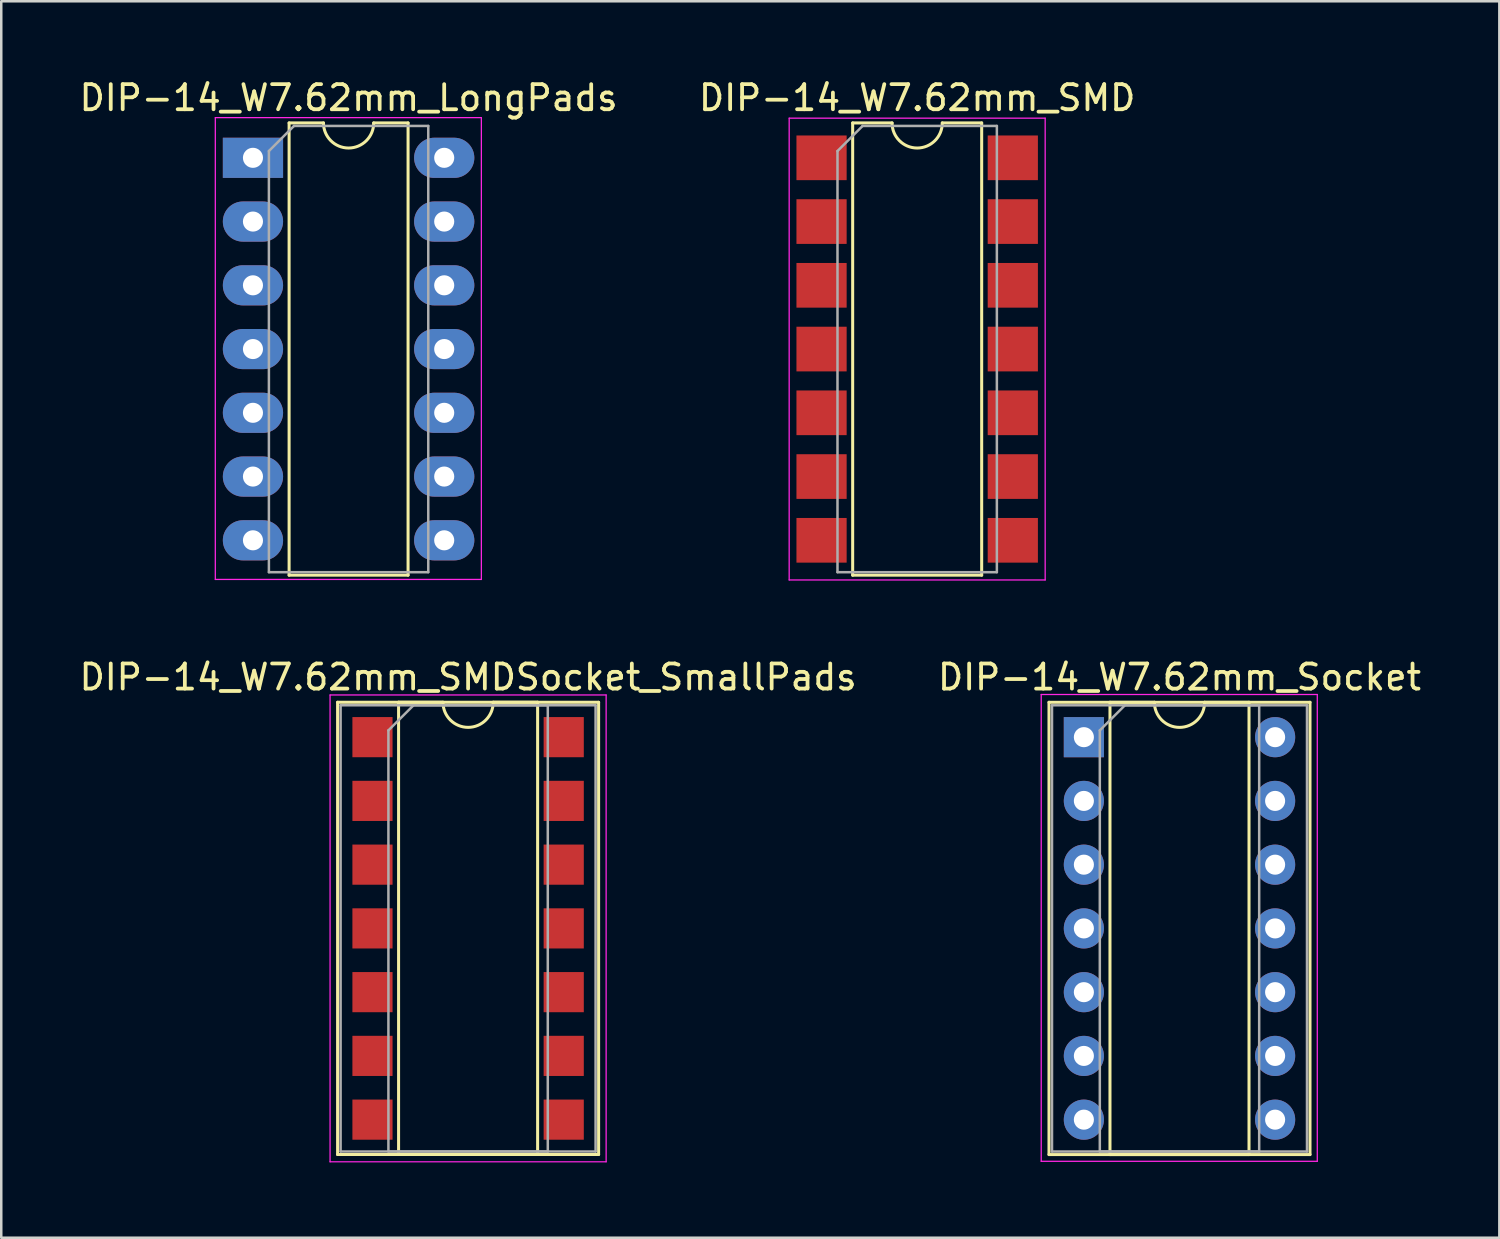
<source format=kicad_pcb>
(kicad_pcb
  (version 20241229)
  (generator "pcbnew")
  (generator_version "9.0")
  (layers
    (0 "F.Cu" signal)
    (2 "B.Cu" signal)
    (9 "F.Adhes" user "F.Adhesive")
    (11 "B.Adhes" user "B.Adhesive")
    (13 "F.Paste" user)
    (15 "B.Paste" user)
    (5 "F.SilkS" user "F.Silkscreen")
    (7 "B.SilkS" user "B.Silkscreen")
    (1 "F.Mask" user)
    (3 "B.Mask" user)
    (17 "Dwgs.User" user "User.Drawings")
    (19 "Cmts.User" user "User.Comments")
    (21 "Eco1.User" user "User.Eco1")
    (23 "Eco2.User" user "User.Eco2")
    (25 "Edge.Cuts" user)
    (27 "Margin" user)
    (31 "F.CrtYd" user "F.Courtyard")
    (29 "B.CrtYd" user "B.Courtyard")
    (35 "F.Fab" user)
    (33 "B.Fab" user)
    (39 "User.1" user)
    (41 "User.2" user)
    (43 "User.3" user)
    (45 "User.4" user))
  (footprint "DIP-14_W7.62mm_Socket"
    (layer "F.Cu")
    (at 40.136 26.322)
    (property "Reference" "DIP-14_W7.62mm_Socket" (at 3.81 -2.39 0) (layer "F.SilkS") (effects (font (size 1 1) (thickness 0.15))))
    (attr through_hole)
    (fp_line (start -1.39 -1.39) (end -1.39 16.63) (stroke (width 0.12) (type solid)) (layer "F.SilkS"))
    (fp_line (start -1.39 16.63) (end 9.01 16.63) (stroke (width 0.12) (type solid)) (layer "F.SilkS"))
    (fp_line (start 1.04 -1.39) (end 1.04 16.63) (stroke (width 0.12) (type solid)) (layer "F.SilkS"))
    (fp_line (start 1.04 16.63) (end 6.58 16.63) (stroke (width 0.12) (type solid)) (layer "F.SilkS"))
    (fp_line (start 2.81 -1.39) (end 1.04 -1.39) (stroke (width 0.12) (type solid)) (layer "F.SilkS"))
    (fp_line (start 6.58 -1.39) (end 4.81 -1.39) (stroke (width 0.12) (type solid)) (layer "F.SilkS"))
    (fp_line (start 6.58 16.63) (end 6.58 -1.39) (stroke (width 0.12) (type solid)) (layer "F.SilkS"))
    (fp_line (start 9.01 -1.39) (end -1.39 -1.39) (stroke (width 0.12) (type solid)) (layer "F.SilkS"))
    (fp_line (start 9.01 16.63) (end 9.01 -1.39) (stroke (width 0.12) (type solid)) (layer "F.SilkS"))
    (fp_arc (start 4.81 -1.39) (mid 3.81 -0.39) (end 2.81 -1.39) (stroke (width 0.12) (type solid)) (layer "F.SilkS"))
    (fp_line (start -1.7 -1.7) (end -1.7 16.9) (stroke (width 0.05) (type solid)) (layer "F.CrtYd"))
    (fp_line (start -1.7 16.9) (end 9.3 16.9) (stroke (width 0.05) (type solid)) (layer "F.CrtYd"))
    (fp_line (start 9.3 -1.7) (end -1.7 -1.7) (stroke (width 0.05) (type solid)) (layer "F.CrtYd"))
    (fp_line (start 9.3 16.9) (end 9.3 -1.7) (stroke (width 0.05) (type solid)) (layer "F.CrtYd"))
    (fp_line (start -1.27 -1.27) (end -1.27 16.51) (stroke (width 0.1) (type solid)) (layer "F.Fab"))
    (fp_line (start -1.27 16.51) (end 8.89 16.51) (stroke (width 0.1) (type solid)) (layer "F.Fab"))
    (fp_line (start 0.635 -0.27) (end 1.635 -1.27) (stroke (width 0.1) (type solid)) (layer "F.Fab"))
    (fp_line (start 0.635 16.51) (end 0.635 -0.27) (stroke (width 0.1) (type solid)) (layer "F.Fab"))
    (fp_line (start 1.635 -1.27) (end 6.985 -1.27) (stroke (width 0.1) (type solid)) (layer "F.Fab"))
    (fp_line (start 6.985 -1.27) (end 6.985 16.51) (stroke (width 0.1) (type solid)) (layer "F.Fab"))
    (fp_line (start 6.985 16.51) (end 0.635 16.51) (stroke (width 0.1) (type solid)) (layer "F.Fab"))
    (fp_line (start 8.89 -1.27) (end -1.27 -1.27) (stroke (width 0.1) (type solid)) (layer "F.Fab"))
    (fp_line (start 8.89 16.51) (end 8.89 -1.27) (stroke (width 0.1) (type solid)) (layer "F.Fab"))
    (pad "1" thru_hole rect (at 0 0) (size 1.6 1.6) (drill 0.8) (layers "*.Cu" "*.Mask"))
    (pad "2" thru_hole oval (at 0 2.54) (size 1.6 1.6) (drill 0.8) (layers "*.Cu" "*.Mask"))
    (pad "3" thru_hole oval (at 0 5.08) (size 1.6 1.6) (drill 0.8) (layers "*.Cu" "*.Mask"))
    (pad "4" thru_hole oval (at 0 7.62) (size 1.6 1.6) (drill 0.8) (layers "*.Cu" "*.Mask"))
    (pad "5" thru_hole oval (at 0 10.16) (size 1.6 1.6) (drill 0.8) (layers "*.Cu" "*.Mask"))
    (pad "6" thru_hole oval (at 0 12.7) (size 1.6 1.6) (drill 0.8) (layers "*.Cu" "*.Mask"))
    (pad "7" thru_hole oval (at 0 15.24) (size 1.6 1.6) (drill 0.8) (layers "*.Cu" "*.Mask"))
    (pad "8" thru_hole oval (at 7.62 15.24) (size 1.6 1.6) (drill 0.8) (layers "*.Cu" "*.Mask"))
    (pad "9" thru_hole oval (at 7.62 12.7) (size 1.6 1.6) (drill 0.8) (layers "*.Cu" "*.Mask"))
    (pad "10" thru_hole oval (at 7.62 10.16) (size 1.6 1.6) (drill 0.8) (layers "*.Cu" "*.Mask"))
    (pad "11" thru_hole oval (at 7.62 7.62) (size 1.6 1.6) (drill 0.8) (layers "*.Cu" "*.Mask"))
    (pad "12" thru_hole oval (at 7.62 5.08) (size 1.6 1.6) (drill 0.8) (layers "*.Cu" "*.Mask"))
    (pad "13" thru_hole oval (at 7.62 2.54) (size 1.6 1.6) (drill 0.8) (layers "*.Cu" "*.Mask"))
    (pad "14" thru_hole oval (at 7.62 0) (size 1.6 1.6) (drill 0.8) (layers "*.Cu" "*.Mask")))
  (footprint "DIP-14_W7.62mm_SMDSocket_SmallPads"
    (layer "F.Cu")
    (at 15.601 33.941)
    (property "Reference" "DIP-14_W7.62mm_SMDSocket_SmallPads" (at 0 -10.01 0) (layer "F.SilkS") (effects (font (size 1 1) (thickness 0.15))))
    (attr smd)
    (fp_line (start -5.2 -9.01) (end -5.2 9.01) (stroke (width 0.12) (type solid)) (layer "F.SilkS"))
    (fp_line (start -5.2 9.01) (end 5.2 9.01) (stroke (width 0.12) (type solid)) (layer "F.SilkS"))
    (fp_line (start -2.77 -9.01) (end -2.77 9.01) (stroke (width 0.12) (type solid)) (layer "F.SilkS"))
    (fp_line (start -2.77 9.01) (end 2.77 9.01) (stroke (width 0.12) (type solid)) (layer "F.SilkS"))
    (fp_line (start -1 -9.01) (end -2.77 -9.01) (stroke (width 0.12) (type solid)) (layer "F.SilkS"))
    (fp_line (start 2.77 -9.01) (end 1 -9.01) (stroke (width 0.12) (type solid)) (layer "F.SilkS"))
    (fp_line (start 2.77 9.01) (end 2.77 -9.01) (stroke (width 0.12) (type solid)) (layer "F.SilkS"))
    (fp_line (start 5.2 -9.01) (end -5.2 -9.01) (stroke (width 0.12) (type solid)) (layer "F.SilkS"))
    (fp_line (start 5.2 9.01) (end 5.2 -9.01) (stroke (width 0.12) (type solid)) (layer "F.SilkS"))
    (fp_arc (start 1 -9.01) (mid 0 -8.01) (end -1 -9.01) (stroke (width 0.12) (type solid)) (layer "F.SilkS"))
    (fp_line (start -5.5 -9.3) (end -5.5 9.3) (stroke (width 0.05) (type solid)) (layer "F.CrtYd"))
    (fp_line (start -5.5 9.3) (end 5.5 9.3) (stroke (width 0.05) (type solid)) (layer "F.CrtYd"))
    (fp_line (start 5.5 -9.3) (end -5.5 -9.3) (stroke (width 0.05) (type solid)) (layer "F.CrtYd"))
    (fp_line (start 5.5 9.3) (end 5.5 -9.3) (stroke (width 0.05) (type solid)) (layer "F.CrtYd"))
    (fp_line (start -5.08 -8.89) (end -5.08 8.89) (stroke (width 0.1) (type solid)) (layer "F.Fab"))
    (fp_line (start -5.08 8.89) (end 5.08 8.89) (stroke (width 0.1) (type solid)) (layer "F.Fab"))
    (fp_line (start -3.175 -7.89) (end -2.175 -8.89) (stroke (width 0.1) (type solid)) (layer "F.Fab"))
    (fp_line (start -3.175 8.89) (end -3.175 -7.89) (stroke (width 0.1) (type solid)) (layer "F.Fab"))
    (fp_line (start -2.175 -8.89) (end 3.175 -8.89) (stroke (width 0.1) (type solid)) (layer "F.Fab"))
    (fp_line (start 3.175 -8.89) (end 3.175 8.89) (stroke (width 0.1) (type solid)) (layer "F.Fab"))
    (fp_line (start 3.175 8.89) (end -3.175 8.89) (stroke (width 0.1) (type solid)) (layer "F.Fab"))
    (fp_line (start 5.08 -8.89) (end -5.08 -8.89) (stroke (width 0.1) (type solid)) (layer "F.Fab"))
    (fp_line (start 5.08 8.89) (end 5.08 -8.89) (stroke (width 0.1) (type solid)) (layer "F.Fab"))
    (pad "1" smd rect (at -3.81 -7.62) (size 1.6 1.6) (layers "F.Cu" "F.Mask"))
    (pad "2" smd rect (at -3.81 -5.08) (size 1.6 1.6) (layers "F.Cu" "F.Mask"))
    (pad "3" smd rect (at -3.81 -2.54) (size 1.6 1.6) (layers "F.Cu" "F.Mask"))
    (pad "4" smd rect (at -3.81 0) (size 1.6 1.6) (layers "F.Cu" "F.Mask"))
    (pad "5" smd rect (at -3.81 2.54) (size 1.6 1.6) (layers "F.Cu" "F.Mask"))
    (pad "6" smd rect (at -3.81 5.08) (size 1.6 1.6) (layers "F.Cu" "F.Mask"))
    (pad "7" smd rect (at -3.81 7.62) (size 1.6 1.6) (layers "F.Cu" "F.Mask"))
    (pad "8" smd rect (at 3.81 7.62) (size 1.6 1.6) (layers "F.Cu" "F.Mask"))
    (pad "9" smd rect (at 3.81 5.08) (size 1.6 1.6) (layers "F.Cu" "F.Mask"))
    (pad "10" smd rect (at 3.81 2.54) (size 1.6 1.6) (layers "F.Cu" "F.Mask"))
    (pad "11" smd rect (at 3.81 0) (size 1.6 1.6) (layers "F.Cu" "F.Mask"))
    (pad "12" smd rect (at 3.81 -2.54) (size 1.6 1.6) (layers "F.Cu" "F.Mask"))
    (pad "13" smd rect (at 3.81 -5.08) (size 1.6 1.6) (layers "F.Cu" "F.Mask"))
    (pad "14" smd rect (at 3.81 -7.62) (size 1.6 1.6) (layers "F.Cu" "F.Mask")))
  (footprint "DIP-14_W7.62mm_SMD"
    (layer "F.Cu")
    (at 33.494 10.858)
    (property "Reference" "DIP-14_W7.62mm_SMD" (at 0 -10.01 0) (layer "F.SilkS") (effects (font (size 1 1) (thickness 0.15))))
    (attr smd)
    (fp_line (start -2.57 -9.01) (end -2.57 9.01) (stroke (width 0.12) (type solid)) (layer "F.SilkS"))
    (fp_line (start -2.57 9.01) (end 2.57 9.01) (stroke (width 0.12) (type solid)) (layer "F.SilkS"))
    (fp_line (start -1 -9.01) (end -2.57 -9.01) (stroke (width 0.12) (type solid)) (layer "F.SilkS"))
    (fp_line (start 2.57 -9.01) (end 1 -9.01) (stroke (width 0.12) (type solid)) (layer "F.SilkS"))
    (fp_line (start 2.57 9.01) (end 2.57 -9.01) (stroke (width 0.12) (type solid)) (layer "F.SilkS"))
    (fp_arc (start 1 -9.01) (mid 0 -8.01) (end -1 -9.01) (stroke (width 0.12) (type solid)) (layer "F.SilkS"))
    (fp_line (start -5.1 -9.2) (end -5.1 9.2) (stroke (width 0.05) (type solid)) (layer "F.CrtYd"))
    (fp_line (start -5.1 9.2) (end 5.1 9.2) (stroke (width 0.05) (type solid)) (layer "F.CrtYd"))
    (fp_line (start 5.1 -9.2) (end -5.1 -9.2) (stroke (width 0.05) (type solid)) (layer "F.CrtYd"))
    (fp_line (start 5.1 9.2) (end 5.1 -9.2) (stroke (width 0.05) (type solid)) (layer "F.CrtYd"))
    (fp_line (start -3.175 -7.89) (end -2.175 -8.89) (stroke (width 0.1) (type solid)) (layer "F.Fab"))
    (fp_line (start -3.175 8.89) (end -3.175 -7.89) (stroke (width 0.1) (type solid)) (layer "F.Fab"))
    (fp_line (start -2.175 -8.89) (end 3.175 -8.89) (stroke (width 0.1) (type solid)) (layer "F.Fab"))
    (fp_line (start 3.175 -8.89) (end 3.175 8.89) (stroke (width 0.1) (type solid)) (layer "F.Fab"))
    (fp_line (start 3.175 8.89) (end -3.175 8.89) (stroke (width 0.1) (type solid)) (layer "F.Fab"))
    (pad "1" smd rect (at -3.81 -7.62) (size 2 1.78) (layers "F.Cu" "F.Mask"))
    (pad "2" smd rect (at -3.81 -5.08) (size 2 1.78) (layers "F.Cu" "F.Mask"))
    (pad "3" smd rect (at -3.81 -2.54) (size 2 1.78) (layers "F.Cu" "F.Mask"))
    (pad "4" smd rect (at -3.81 0) (size 2 1.78) (layers "F.Cu" "F.Mask"))
    (pad "5" smd rect (at -3.81 2.54) (size 2 1.78) (layers "F.Cu" "F.Mask"))
    (pad "6" smd rect (at -3.81 5.08) (size 2 1.78) (layers "F.Cu" "F.Mask"))
    (pad "7" smd rect (at -3.81 7.62) (size 2 1.78) (layers "F.Cu" "F.Mask"))
    (pad "8" smd rect (at 3.81 7.62) (size 2 1.78) (layers "F.Cu" "F.Mask"))
    (pad "9" smd rect (at 3.81 5.08) (size 2 1.78) (layers "F.Cu" "F.Mask"))
    (pad "10" smd rect (at 3.81 2.54) (size 2 1.78) (layers "F.Cu" "F.Mask"))
    (pad "11" smd rect (at 3.81 0) (size 2 1.78) (layers "F.Cu" "F.Mask"))
    (pad "12" smd rect (at 3.81 -2.54) (size 2 1.78) (layers "F.Cu" "F.Mask"))
    (pad "13" smd rect (at 3.81 -5.08) (size 2 1.78) (layers "F.Cu" "F.Mask"))
    (pad "14" smd rect (at 3.81 -7.62) (size 2 1.78) (layers "F.Cu" "F.Mask")))
  (footprint "DIP-14_W7.62mm_LongPads"
    (layer "F.Cu")
    (at 7.029 3.238)
    (property "Reference" "DIP-14_W7.62mm_LongPads" (at 3.81 -2.39 0) (layer "F.SilkS") (effects (font (size 1 1) (thickness 0.15))))
    (attr through_hole)
    (fp_line (start 1.44 -1.39) (end 1.44 16.63) (stroke (width 0.12) (type solid)) (layer "F.SilkS"))
    (fp_line (start 1.44 16.63) (end 6.18 16.63) (stroke (width 0.12) (type solid)) (layer "F.SilkS"))
    (fp_line (start 2.81 -1.39) (end 1.44 -1.39) (stroke (width 0.12) (type solid)) (layer "F.SilkS"))
    (fp_line (start 6.18 -1.39) (end 4.81 -1.39) (stroke (width 0.12) (type solid)) (layer "F.SilkS"))
    (fp_line (start 6.18 16.63) (end 6.18 -1.39) (stroke (width 0.12) (type solid)) (layer "F.SilkS"))
    (fp_arc (start 4.81 -1.39) (mid 3.81 -0.39) (end 2.81 -1.39) (stroke (width 0.12) (type solid)) (layer "F.SilkS"))
    (fp_line (start -1.5 -1.6) (end -1.5 16.8) (stroke (width 0.05) (type solid)) (layer "F.CrtYd"))
    (fp_line (start -1.5 16.8) (end 9.1 16.8) (stroke (width 0.05) (type solid)) (layer "F.CrtYd"))
    (fp_line (start 9.1 -1.6) (end -1.5 -1.6) (stroke (width 0.05) (type solid)) (layer "F.CrtYd"))
    (fp_line (start 9.1 16.8) (end 9.1 -1.6) (stroke (width 0.05) (type solid)) (layer "F.CrtYd"))
    (fp_line (start 0.635 -0.27) (end 1.635 -1.27) (stroke (width 0.1) (type solid)) (layer "F.Fab"))
    (fp_line (start 0.635 16.51) (end 0.635 -0.27) (stroke (width 0.1) (type solid)) (layer "F.Fab"))
    (fp_line (start 1.635 -1.27) (end 6.985 -1.27) (stroke (width 0.1) (type solid)) (layer "F.Fab"))
    (fp_line (start 6.985 -1.27) (end 6.985 16.51) (stroke (width 0.1) (type solid)) (layer "F.Fab"))
    (fp_line (start 6.985 16.51) (end 0.635 16.51) (stroke (width 0.1) (type solid)) (layer "F.Fab"))
    (pad "1" thru_hole rect (at 0 0) (size 2.4 1.6) (drill 0.8) (layers "*.Cu" "*.Mask"))
    (pad "2" thru_hole oval (at 0 2.54) (size 2.4 1.6) (drill 0.8) (layers "*.Cu" "*.Mask"))
    (pad "3" thru_hole oval (at 0 5.08) (size 2.4 1.6) (drill 0.8) (layers "*.Cu" "*.Mask"))
    (pad "4" thru_hole oval (at 0 7.62) (size 2.4 1.6) (drill 0.8) (layers "*.Cu" "*.Mask"))
    (pad "5" thru_hole oval (at 0 10.16) (size 2.4 1.6) (drill 0.8) (layers "*.Cu" "*.Mask"))
    (pad "6" thru_hole oval (at 0 12.7) (size 2.4 1.6) (drill 0.8) (layers "*.Cu" "*.Mask"))
    (pad "7" thru_hole oval (at 0 15.24) (size 2.4 1.6) (drill 0.8) (layers "*.Cu" "*.Mask"))
    (pad "8" thru_hole oval (at 7.62 15.24) (size 2.4 1.6) (drill 0.8) (layers "*.Cu" "*.Mask"))
    (pad "9" thru_hole oval (at 7.62 12.7) (size 2.4 1.6) (drill 0.8) (layers "*.Cu" "*.Mask"))
    (pad "10" thru_hole oval (at 7.62 10.16) (size 2.4 1.6) (drill 0.8) (layers "*.Cu" "*.Mask"))
    (pad "11" thru_hole oval (at 7.62 7.62) (size 2.4 1.6) (drill 0.8) (layers "*.Cu" "*.Mask"))
    (pad "12" thru_hole oval (at 7.62 5.08) (size 2.4 1.6) (drill 0.8) (layers "*.Cu" "*.Mask"))
    (pad "13" thru_hole oval (at 7.62 2.54) (size 2.4 1.6) (drill 0.8) (layers "*.Cu" "*.Mask"))
    (pad "14" thru_hole oval (at 7.62 0) (size 2.4 1.6) (drill 0.8) (layers "*.Cu" "*.Mask")))
  (gr_rect
    (start -3 -3)
    (end 56.69 46.267)
    (stroke (width 0.1) (type default))
    (fill no)
    (layer "Edge.Cuts")))
</source>
